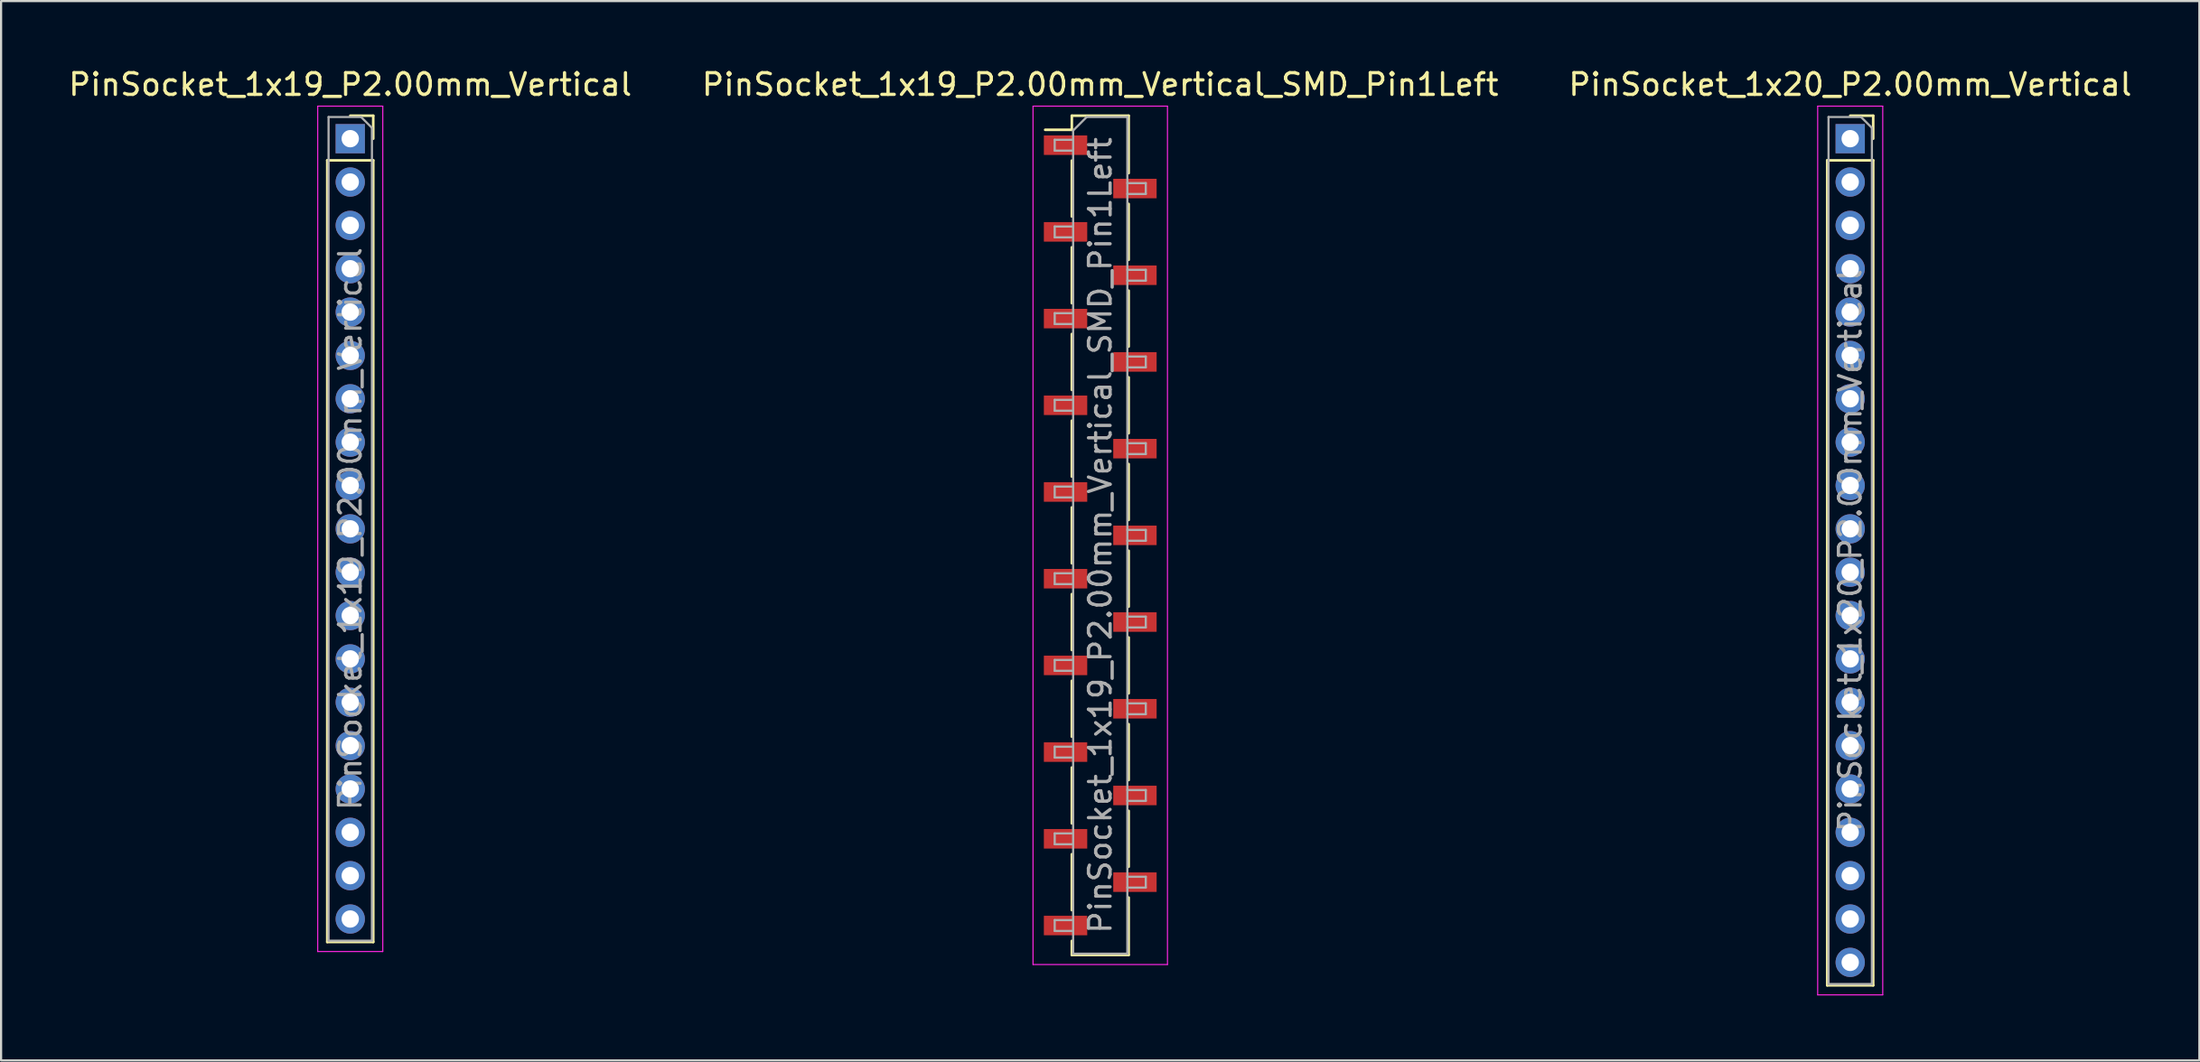
<source format=kicad_pcb>
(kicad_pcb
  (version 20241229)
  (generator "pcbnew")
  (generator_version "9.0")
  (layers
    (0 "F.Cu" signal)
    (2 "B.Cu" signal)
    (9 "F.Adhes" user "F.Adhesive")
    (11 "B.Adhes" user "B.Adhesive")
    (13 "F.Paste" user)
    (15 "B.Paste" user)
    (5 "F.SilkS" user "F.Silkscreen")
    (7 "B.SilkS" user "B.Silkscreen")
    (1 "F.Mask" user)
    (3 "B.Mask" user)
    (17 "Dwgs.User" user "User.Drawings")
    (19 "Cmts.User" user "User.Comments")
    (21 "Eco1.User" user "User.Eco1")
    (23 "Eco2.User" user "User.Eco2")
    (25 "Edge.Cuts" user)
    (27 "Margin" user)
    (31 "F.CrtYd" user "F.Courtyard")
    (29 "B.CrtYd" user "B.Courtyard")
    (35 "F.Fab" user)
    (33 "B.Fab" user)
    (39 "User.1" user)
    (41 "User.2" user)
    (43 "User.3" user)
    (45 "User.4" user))
  (footprint "PinSocket_1x20_P2.00mm_Vertical"
    (layer "F.Cu")
    (at 82.268 3.348)
    (property "Reference" "PinSocket_1x20_P2.00mm_Vertical" (at 0 -2.5 0) (layer "F.SilkS") (effects (font (size 1 1) (thickness 0.15))))
    (attr through_hole)
    (fp_line (start -1.06 1) (end -1.06 39.06) (stroke (width 0.12) (type solid)) (layer "F.SilkS"))
    (fp_line (start -1.06 1) (end 1.06 1) (stroke (width 0.12) (type solid)) (layer "F.SilkS"))
    (fp_line (start -1.06 39.06) (end 1.06 39.06) (stroke (width 0.12) (type solid)) (layer "F.SilkS"))
    (fp_line (start 0 -1.06) (end 1.06 -1.06) (stroke (width 0.12) (type solid)) (layer "F.SilkS"))
    (fp_line (start 1.06 -1.06) (end 1.06 0) (stroke (width 0.12) (type solid)) (layer "F.SilkS"))
    (fp_line (start 1.06 1) (end 1.06 39.06) (stroke (width 0.12) (type solid)) (layer "F.SilkS"))
    (fp_line (start -1.5 -1.5) (end 1.5 -1.5) (stroke (width 0.05) (type solid)) (layer "F.CrtYd"))
    (fp_line (start -1.5 39.5) (end -1.5 -1.5) (stroke (width 0.05) (type solid)) (layer "F.CrtYd"))
    (fp_line (start 1.5 -1.5) (end 1.5 39.5) (stroke (width 0.05) (type solid)) (layer "F.CrtYd"))
    (fp_line (start 1.5 39.5) (end -1.5 39.5) (stroke (width 0.05) (type solid)) (layer "F.CrtYd"))
    (fp_line (start -1 -1) (end 0.5 -1) (stroke (width 0.1) (type solid)) (layer "F.Fab"))
    (fp_line (start -1 39) (end -1 -1) (stroke (width 0.1) (type solid)) (layer "F.Fab"))
    (fp_line (start 0.5 -1) (end 1 -0.5) (stroke (width 0.1) (type solid)) (layer "F.Fab"))
    (fp_line (start 1 -0.5) (end 1 39) (stroke (width 0.1) (type solid)) (layer "F.Fab"))
    (fp_line (start 1 39) (end -1 39) (stroke (width 0.1) (type solid)) (layer "F.Fab"))
    (fp_text user "${REFERENCE}" (at 0 19 90) (layer "F.Fab") (effects (font (size 1 1) (thickness 0.15))))
    (pad "1" thru_hole rect (at 0 0) (size 1.35 1.35) (drill 0.8) (layers "*.Cu" "*.Mask"))
    (pad "2" thru_hole oval (at 0 2) (size 1.35 1.35) (drill 0.8) (layers "*.Cu" "*.Mask"))
    (pad "3" thru_hole oval (at 0 4) (size 1.35 1.35) (drill 0.8) (layers "*.Cu" "*.Mask"))
    (pad "4" thru_hole oval (at 0 6) (size 1.35 1.35) (drill 0.8) (layers "*.Cu" "*.Mask"))
    (pad "5" thru_hole oval (at 0 8) (size 1.35 1.35) (drill 0.8) (layers "*.Cu" "*.Mask"))
    (pad "6" thru_hole oval (at 0 10) (size 1.35 1.35) (drill 0.8) (layers "*.Cu" "*.Mask"))
    (pad "7" thru_hole oval (at 0 12) (size 1.35 1.35) (drill 0.8) (layers "*.Cu" "*.Mask"))
    (pad "8" thru_hole oval (at 0 14) (size 1.35 1.35) (drill 0.8) (layers "*.Cu" "*.Mask"))
    (pad "9" thru_hole oval (at 0 16) (size 1.35 1.35) (drill 0.8) (layers "*.Cu" "*.Mask"))
    (pad "10" thru_hole oval (at 0 18) (size 1.35 1.35) (drill 0.8) (layers "*.Cu" "*.Mask"))
    (pad "11" thru_hole oval (at 0 20) (size 1.35 1.35) (drill 0.8) (layers "*.Cu" "*.Mask"))
    (pad "12" thru_hole oval (at 0 22) (size 1.35 1.35) (drill 0.8) (layers "*.Cu" "*.Mask"))
    (pad "13" thru_hole oval (at 0 24) (size 1.35 1.35) (drill 0.8) (layers "*.Cu" "*.Mask"))
    (pad "14" thru_hole oval (at 0 26) (size 1.35 1.35) (drill 0.8) (layers "*.Cu" "*.Mask"))
    (pad "15" thru_hole oval (at 0 28) (size 1.35 1.35) (drill 0.8) (layers "*.Cu" "*.Mask"))
    (pad "16" thru_hole oval (at 0 30) (size 1.35 1.35) (drill 0.8) (layers "*.Cu" "*.Mask"))
    (pad "17" thru_hole oval (at 0 32) (size 1.35 1.35) (drill 0.8) (layers "*.Cu" "*.Mask"))
    (pad "18" thru_hole oval (at 0 34) (size 1.35 1.35) (drill 0.8) (layers "*.Cu" "*.Mask"))
    (pad "19" thru_hole oval (at 0 36) (size 1.35 1.35) (drill 0.8) (layers "*.Cu" "*.Mask"))
    (pad "20" thru_hole oval (at 0 38) (size 1.35 1.35) (drill 0.8) (layers "*.Cu" "*.Mask")))
  (footprint "PinSocket_1x19_P2.00mm_Vertical_SMD_Pin1Left"
    (layer "F.Cu")
    (at 47.685 21.648)
    (property "Reference" "PinSocket_1x19_P2.00mm_Vertical_SMD_Pin1Left" (at 0 -20.8 0) (layer "F.SilkS") (effects (font (size 1 1) (thickness 0.15))))
    (attr smd)
    (fp_line (start -2.54 -18.71) (end -1.31 -18.71) (stroke (width 0.12) (type solid)) (layer "F.SilkS"))
    (fp_line (start -1.31 -19.36) (end -1.31 -18.71) (stroke (width 0.12) (type solid)) (layer "F.SilkS"))
    (fp_line (start -1.31 -19.36) (end 1.31 -19.36) (stroke (width 0.12) (type solid)) (layer "F.SilkS"))
    (fp_line (start -1.31 -17.29) (end -1.31 -14.71) (stroke (width 0.12) (type solid)) (layer "F.SilkS"))
    (fp_line (start -1.31 -13.29) (end -1.31 -10.71) (stroke (width 0.12) (type solid)) (layer "F.SilkS"))
    (fp_line (start -1.31 -9.29) (end -1.31 -6.71) (stroke (width 0.12) (type solid)) (layer "F.SilkS"))
    (fp_line (start -1.31 -5.29) (end -1.31 -2.71) (stroke (width 0.12) (type solid)) (layer "F.SilkS"))
    (fp_line (start -1.31 -1.29) (end -1.31 1.29) (stroke (width 0.12) (type solid)) (layer "F.SilkS"))
    (fp_line (start -1.31 2.71) (end -1.31 5.29) (stroke (width 0.12) (type solid)) (layer "F.SilkS"))
    (fp_line (start -1.31 6.71) (end -1.31 9.29) (stroke (width 0.12) (type solid)) (layer "F.SilkS"))
    (fp_line (start -1.31 10.71) (end -1.31 13.29) (stroke (width 0.12) (type solid)) (layer "F.SilkS"))
    (fp_line (start -1.31 14.71) (end -1.31 17.29) (stroke (width 0.12) (type solid)) (layer "F.SilkS"))
    (fp_line (start -1.31 18.71) (end -1.31 19.36) (stroke (width 0.12) (type solid)) (layer "F.SilkS"))
    (fp_line (start -1.31 19.36) (end 1.31 19.36) (stroke (width 0.12) (type solid)) (layer "F.SilkS"))
    (fp_line (start 1.31 -19.36) (end 1.31 -16.71) (stroke (width 0.12) (type solid)) (layer "F.SilkS"))
    (fp_line (start 1.31 -15.29) (end 1.31 -12.71) (stroke (width 0.12) (type solid)) (layer "F.SilkS"))
    (fp_line (start 1.31 -11.29) (end 1.31 -8.71) (stroke (width 0.12) (type solid)) (layer "F.SilkS"))
    (fp_line (start 1.31 -7.29) (end 1.31 -4.71) (stroke (width 0.12) (type solid)) (layer "F.SilkS"))
    (fp_line (start 1.31 -3.29) (end 1.31 -0.71) (stroke (width 0.12) (type solid)) (layer "F.SilkS"))
    (fp_line (start 1.31 0.71) (end 1.31 3.29) (stroke (width 0.12) (type solid)) (layer "F.SilkS"))
    (fp_line (start 1.31 4.71) (end 1.31 7.29) (stroke (width 0.12) (type solid)) (layer "F.SilkS"))
    (fp_line (start 1.31 8.71) (end 1.31 11.29) (stroke (width 0.12) (type solid)) (layer "F.SilkS"))
    (fp_line (start 1.31 12.71) (end 1.31 15.29) (stroke (width 0.12) (type solid)) (layer "F.SilkS"))
    (fp_line (start 1.31 16.71) (end 1.31 19.36) (stroke (width 0.12) (type solid)) (layer "F.SilkS"))
    (fp_line (start -3.1 -19.8) (end 3.1 -19.8) (stroke (width 0.05) (type solid)) (layer "F.CrtYd"))
    (fp_line (start -3.1 19.8) (end -3.1 -19.8) (stroke (width 0.05) (type solid)) (layer "F.CrtYd"))
    (fp_line (start 3.1 -19.8) (end 3.1 19.8) (stroke (width 0.05) (type solid)) (layer "F.CrtYd"))
    (fp_line (start 3.1 19.8) (end -3.1 19.8) (stroke (width 0.05) (type solid)) (layer "F.CrtYd"))
    (fp_line (start -2.1 -18.25) (end -1.25 -18.25) (stroke (width 0.1) (type solid)) (layer "F.Fab"))
    (fp_line (start -2.1 -17.75) (end -2.1 -18.25) (stroke (width 0.1) (type solid)) (layer "F.Fab"))
    (fp_line (start -2.1 -14.25) (end -1.25 -14.25) (stroke (width 0.1) (type solid)) (layer "F.Fab"))
    (fp_line (start -2.1 -13.75) (end -2.1 -14.25) (stroke (width 0.1) (type solid)) (layer "F.Fab"))
    (fp_line (start -2.1 -10.25) (end -1.25 -10.25) (stroke (width 0.1) (type solid)) (layer "F.Fab"))
    (fp_line (start -2.1 -9.75) (end -2.1 -10.25) (stroke (width 0.1) (type solid)) (layer "F.Fab"))
    (fp_line (start -2.1 -6.25) (end -1.25 -6.25) (stroke (width 0.1) (type solid)) (layer "F.Fab"))
    (fp_line (start -2.1 -5.75) (end -2.1 -6.25) (stroke (width 0.1) (type solid)) (layer "F.Fab"))
    (fp_line (start -2.1 -2.25) (end -1.25 -2.25) (stroke (width 0.1) (type solid)) (layer "F.Fab"))
    (fp_line (start -2.1 -1.75) (end -2.1 -2.25) (stroke (width 0.1) (type solid)) (layer "F.Fab"))
    (fp_line (start -2.1 1.75) (end -1.25 1.75) (stroke (width 0.1) (type solid)) (layer "F.Fab"))
    (fp_line (start -2.1 2.25) (end -2.1 1.75) (stroke (width 0.1) (type solid)) (layer "F.Fab"))
    (fp_line (start -2.1 5.75) (end -1.25 5.75) (stroke (width 0.1) (type solid)) (layer "F.Fab"))
    (fp_line (start -2.1 6.25) (end -2.1 5.75) (stroke (width 0.1) (type solid)) (layer "F.Fab"))
    (fp_line (start -2.1 9.75) (end -1.25 9.75) (stroke (width 0.1) (type solid)) (layer "F.Fab"))
    (fp_line (start -2.1 10.25) (end -2.1 9.75) (stroke (width 0.1) (type solid)) (layer "F.Fab"))
    (fp_line (start -2.1 13.75) (end -1.25 13.75) (stroke (width 0.1) (type solid)) (layer "F.Fab"))
    (fp_line (start -2.1 14.25) (end -2.1 13.75) (stroke (width 0.1) (type solid)) (layer "F.Fab"))
    (fp_line (start -2.1 17.75) (end -1.25 17.75) (stroke (width 0.1) (type solid)) (layer "F.Fab"))
    (fp_line (start -2.1 18.25) (end -2.1 17.75) (stroke (width 0.1) (type solid)) (layer "F.Fab"))
    (fp_line (start -1.25 -18.675) (end -0.625 -19.3) (stroke (width 0.1) (type solid)) (layer "F.Fab"))
    (fp_line (start -1.25 -17.75) (end -2.1 -17.75) (stroke (width 0.1) (type solid)) (layer "F.Fab"))
    (fp_line (start -1.25 -13.75) (end -2.1 -13.75) (stroke (width 0.1) (type solid)) (layer "F.Fab"))
    (fp_line (start -1.25 -9.75) (end -2.1 -9.75) (stroke (width 0.1) (type solid)) (layer "F.Fab"))
    (fp_line (start -1.25 -5.75) (end -2.1 -5.75) (stroke (width 0.1) (type solid)) (layer "F.Fab"))
    (fp_line (start -1.25 -1.75) (end -2.1 -1.75) (stroke (width 0.1) (type solid)) (layer "F.Fab"))
    (fp_line (start -1.25 2.25) (end -2.1 2.25) (stroke (width 0.1) (type solid)) (layer "F.Fab"))
    (fp_line (start -1.25 6.25) (end -2.1 6.25) (stroke (width 0.1) (type solid)) (layer "F.Fab"))
    (fp_line (start -1.25 10.25) (end -2.1 10.25) (stroke (width 0.1) (type solid)) (layer "F.Fab"))
    (fp_line (start -1.25 14.25) (end -2.1 14.25) (stroke (width 0.1) (type solid)) (layer "F.Fab"))
    (fp_line (start -1.25 18.25) (end -2.1 18.25) (stroke (width 0.1) (type solid)) (layer "F.Fab"))
    (fp_line (start -1.25 19.3) (end -1.25 -18.675) (stroke (width 0.1) (type solid)) (layer "F.Fab"))
    (fp_line (start -0.625 -19.3) (end 1.25 -19.3) (stroke (width 0.1) (type solid)) (layer "F.Fab"))
    (fp_line (start 1.25 -19.3) (end 1.25 19.3) (stroke (width 0.1) (type solid)) (layer "F.Fab"))
    (fp_line (start 1.25 -16.25) (end 2.1 -16.25) (stroke (width 0.1) (type solid)) (layer "F.Fab"))
    (fp_line (start 1.25 -12.25) (end 2.1 -12.25) (stroke (width 0.1) (type solid)) (layer "F.Fab"))
    (fp_line (start 1.25 -8.25) (end 2.1 -8.25) (stroke (width 0.1) (type solid)) (layer "F.Fab"))
    (fp_line (start 1.25 -4.25) (end 2.1 -4.25) (stroke (width 0.1) (type solid)) (layer "F.Fab"))
    (fp_line (start 1.25 -0.25) (end 2.1 -0.25) (stroke (width 0.1) (type solid)) (layer "F.Fab"))
    (fp_line (start 1.25 3.75) (end 2.1 3.75) (stroke (width 0.1) (type solid)) (layer "F.Fab"))
    (fp_line (start 1.25 7.75) (end 2.1 7.75) (stroke (width 0.1) (type solid)) (layer "F.Fab"))
    (fp_line (start 1.25 11.75) (end 2.1 11.75) (stroke (width 0.1) (type solid)) (layer "F.Fab"))
    (fp_line (start 1.25 15.75) (end 2.1 15.75) (stroke (width 0.1) (type solid)) (layer "F.Fab"))
    (fp_line (start 1.25 19.3) (end -1.25 19.3) (stroke (width 0.1) (type solid)) (layer "F.Fab"))
    (fp_line (start 2.1 -16.25) (end 2.1 -15.75) (stroke (width 0.1) (type solid)) (layer "F.Fab"))
    (fp_line (start 2.1 -15.75) (end 1.25 -15.75) (stroke (width 0.1) (type solid)) (layer "F.Fab"))
    (fp_line (start 2.1 -12.25) (end 2.1 -11.75) (stroke (width 0.1) (type solid)) (layer "F.Fab"))
    (fp_line (start 2.1 -11.75) (end 1.25 -11.75) (stroke (width 0.1) (type solid)) (layer "F.Fab"))
    (fp_line (start 2.1 -8.25) (end 2.1 -7.75) (stroke (width 0.1) (type solid)) (layer "F.Fab"))
    (fp_line (start 2.1 -7.75) (end 1.25 -7.75) (stroke (width 0.1) (type solid)) (layer "F.Fab"))
    (fp_line (start 2.1 -4.25) (end 2.1 -3.75) (stroke (width 0.1) (type solid)) (layer "F.Fab"))
    (fp_line (start 2.1 -3.75) (end 1.25 -3.75) (stroke (width 0.1) (type solid)) (layer "F.Fab"))
    (fp_line (start 2.1 -0.25) (end 2.1 0.25) (stroke (width 0.1) (type solid)) (layer "F.Fab"))
    (fp_line (start 2.1 0.25) (end 1.25 0.25) (stroke (width 0.1) (type solid)) (layer "F.Fab"))
    (fp_line (start 2.1 3.75) (end 2.1 4.25) (stroke (width 0.1) (type solid)) (layer "F.Fab"))
    (fp_line (start 2.1 4.25) (end 1.25 4.25) (stroke (width 0.1) (type solid)) (layer "F.Fab"))
    (fp_line (start 2.1 7.75) (end 2.1 8.25) (stroke (width 0.1) (type solid)) (layer "F.Fab"))
    (fp_line (start 2.1 8.25) (end 1.25 8.25) (stroke (width 0.1) (type solid)) (layer "F.Fab"))
    (fp_line (start 2.1 11.75) (end 2.1 12.25) (stroke (width 0.1) (type solid)) (layer "F.Fab"))
    (fp_line (start 2.1 12.25) (end 1.25 12.25) (stroke (width 0.1) (type solid)) (layer "F.Fab"))
    (fp_line (start 2.1 15.75) (end 2.1 16.25) (stroke (width 0.1) (type solid)) (layer "F.Fab"))
    (fp_line (start 2.1 16.25) (end 1.25 16.25) (stroke (width 0.1) (type solid)) (layer "F.Fab"))
    (fp_text user "${REFERENCE}" (at 0 0 90) (layer "F.Fab") (effects (font (size 1 1) (thickness 0.15))))
    (pad "1" smd rect (at -1.6 -18) (size 2 0.9) (layers "F.Cu" "F.Mask" "F.Paste"))
    (pad "2" smd rect (at 1.6 -16) (size 2 0.9) (layers "F.Cu" "F.Mask" "F.Paste"))
    (pad "3" smd rect (at -1.6 -14) (size 2 0.9) (layers "F.Cu" "F.Mask" "F.Paste"))
    (pad "4" smd rect (at 1.6 -12) (size 2 0.9) (layers "F.Cu" "F.Mask" "F.Paste"))
    (pad "5" smd rect (at -1.6 -10) (size 2 0.9) (layers "F.Cu" "F.Mask" "F.Paste"))
    (pad "6" smd rect (at 1.6 -8) (size 2 0.9) (layers "F.Cu" "F.Mask" "F.Paste"))
    (pad "7" smd rect (at -1.6 -6) (size 2 0.9) (layers "F.Cu" "F.Mask" "F.Paste"))
    (pad "8" smd rect (at 1.6 -4) (size 2 0.9) (layers "F.Cu" "F.Mask" "F.Paste"))
    (pad "9" smd rect (at -1.6 -2) (size 2 0.9) (layers "F.Cu" "F.Mask" "F.Paste"))
    (pad "10" smd rect (at 1.6 0) (size 2 0.9) (layers "F.Cu" "F.Mask" "F.Paste"))
    (pad "11" smd rect (at -1.6 2) (size 2 0.9) (layers "F.Cu" "F.Mask" "F.Paste"))
    (pad "12" smd rect (at 1.6 4) (size 2 0.9) (layers "F.Cu" "F.Mask" "F.Paste"))
    (pad "13" smd rect (at -1.6 6) (size 2 0.9) (layers "F.Cu" "F.Mask" "F.Paste"))
    (pad "14" smd rect (at 1.6 8) (size 2 0.9) (layers "F.Cu" "F.Mask" "F.Paste"))
    (pad "15" smd rect (at -1.6 10) (size 2 0.9) (layers "F.Cu" "F.Mask" "F.Paste"))
    (pad "16" smd rect (at 1.6 12) (size 2 0.9) (layers "F.Cu" "F.Mask" "F.Paste"))
    (pad "17" smd rect (at -1.6 14) (size 2 0.9) (layers "F.Cu" "F.Mask" "F.Paste"))
    (pad "18" smd rect (at 1.6 16) (size 2 0.9) (layers "F.Cu" "F.Mask" "F.Paste"))
    (pad "19" smd rect (at -1.6 18) (size 2 0.9) (layers "F.Cu" "F.Mask" "F.Paste")))
  (footprint "PinSocket_1x19_P2.00mm_Vertical"
    (layer "F.Cu")
    (at 13.101 3.348)
    (property "Reference" "PinSocket_1x19_P2.00mm_Vertical" (at 0 -2.5 0) (layer "F.SilkS") (effects (font (size 1 1) (thickness 0.15))))
    (attr through_hole)
    (fp_line (start -1.06 1) (end -1.06 37.06) (stroke (width 0.12) (type solid)) (layer "F.SilkS"))
    (fp_line (start -1.06 1) (end 1.06 1) (stroke (width 0.12) (type solid)) (layer "F.SilkS"))
    (fp_line (start -1.06 37.06) (end 1.06 37.06) (stroke (width 0.12) (type solid)) (layer "F.SilkS"))
    (fp_line (start 0 -1.06) (end 1.06 -1.06) (stroke (width 0.12) (type solid)) (layer "F.SilkS"))
    (fp_line (start 1.06 -1.06) (end 1.06 0) (stroke (width 0.12) (type solid)) (layer "F.SilkS"))
    (fp_line (start 1.06 1) (end 1.06 37.06) (stroke (width 0.12) (type solid)) (layer "F.SilkS"))
    (fp_line (start -1.5 -1.5) (end 1.5 -1.5) (stroke (width 0.05) (type solid)) (layer "F.CrtYd"))
    (fp_line (start -1.5 37.5) (end -1.5 -1.5) (stroke (width 0.05) (type solid)) (layer "F.CrtYd"))
    (fp_line (start 1.5 -1.5) (end 1.5 37.5) (stroke (width 0.05) (type solid)) (layer "F.CrtYd"))
    (fp_line (start 1.5 37.5) (end -1.5 37.5) (stroke (width 0.05) (type solid)) (layer "F.CrtYd"))
    (fp_line (start -1 -1) (end 0.5 -1) (stroke (width 0.1) (type solid)) (layer "F.Fab"))
    (fp_line (start -1 37) (end -1 -1) (stroke (width 0.1) (type solid)) (layer "F.Fab"))
    (fp_line (start 0.5 -1) (end 1 -0.5) (stroke (width 0.1) (type solid)) (layer "F.Fab"))
    (fp_line (start 1 -0.5) (end 1 37) (stroke (width 0.1) (type solid)) (layer "F.Fab"))
    (fp_line (start 1 37) (end -1 37) (stroke (width 0.1) (type solid)) (layer "F.Fab"))
    (fp_text user "${REFERENCE}" (at 0 18 90) (layer "F.Fab") (effects (font (size 1 1) (thickness 0.15))))
    (pad "1" thru_hole rect (at 0 0) (size 1.35 1.35) (drill 0.8) (layers "*.Cu" "*.Mask"))
    (pad "2" thru_hole oval (at 0 2) (size 1.35 1.35) (drill 0.8) (layers "*.Cu" "*.Mask"))
    (pad "3" thru_hole oval (at 0 4) (size 1.35 1.35) (drill 0.8) (layers "*.Cu" "*.Mask"))
    (pad "4" thru_hole oval (at 0 6) (size 1.35 1.35) (drill 0.8) (layers "*.Cu" "*.Mask"))
    (pad "5" thru_hole oval (at 0 8) (size 1.35 1.35) (drill 0.8) (layers "*.Cu" "*.Mask"))
    (pad "6" thru_hole oval (at 0 10) (size 1.35 1.35) (drill 0.8) (layers "*.Cu" "*.Mask"))
    (pad "7" thru_hole oval (at 0 12) (size 1.35 1.35) (drill 0.8) (layers "*.Cu" "*.Mask"))
    (pad "8" thru_hole oval (at 0 14) (size 1.35 1.35) (drill 0.8) (layers "*.Cu" "*.Mask"))
    (pad "9" thru_hole oval (at 0 16) (size 1.35 1.35) (drill 0.8) (layers "*.Cu" "*.Mask"))
    (pad "10" thru_hole oval (at 0 18) (size 1.35 1.35) (drill 0.8) (layers "*.Cu" "*.Mask"))
    (pad "11" thru_hole oval (at 0 20) (size 1.35 1.35) (drill 0.8) (layers "*.Cu" "*.Mask"))
    (pad "12" thru_hole oval (at 0 22) (size 1.35 1.35) (drill 0.8) (layers "*.Cu" "*.Mask"))
    (pad "13" thru_hole oval (at 0 24) (size 1.35 1.35) (drill 0.8) (layers "*.Cu" "*.Mask"))
    (pad "14" thru_hole oval (at 0 26) (size 1.35 1.35) (drill 0.8) (layers "*.Cu" "*.Mask"))
    (pad "15" thru_hole oval (at 0 28) (size 1.35 1.35) (drill 0.8) (layers "*.Cu" "*.Mask"))
    (pad "16" thru_hole oval (at 0 30) (size 1.35 1.35) (drill 0.8) (layers "*.Cu" "*.Mask"))
    (pad "17" thru_hole oval (at 0 32) (size 1.35 1.35) (drill 0.8) (layers "*.Cu" "*.Mask"))
    (pad "18" thru_hole oval (at 0 34) (size 1.35 1.35) (drill 0.8) (layers "*.Cu" "*.Mask"))
    (pad "19" thru_hole oval (at 0 36) (size 1.35 1.35) (drill 0.8) (layers "*.Cu" "*.Mask")))
  (gr_rect
    (start -3 -3)
    (end 98.369 45.873)
    (stroke (width 0.1) (type default))
    (fill no)
    (layer "Edge.Cuts")))
</source>
